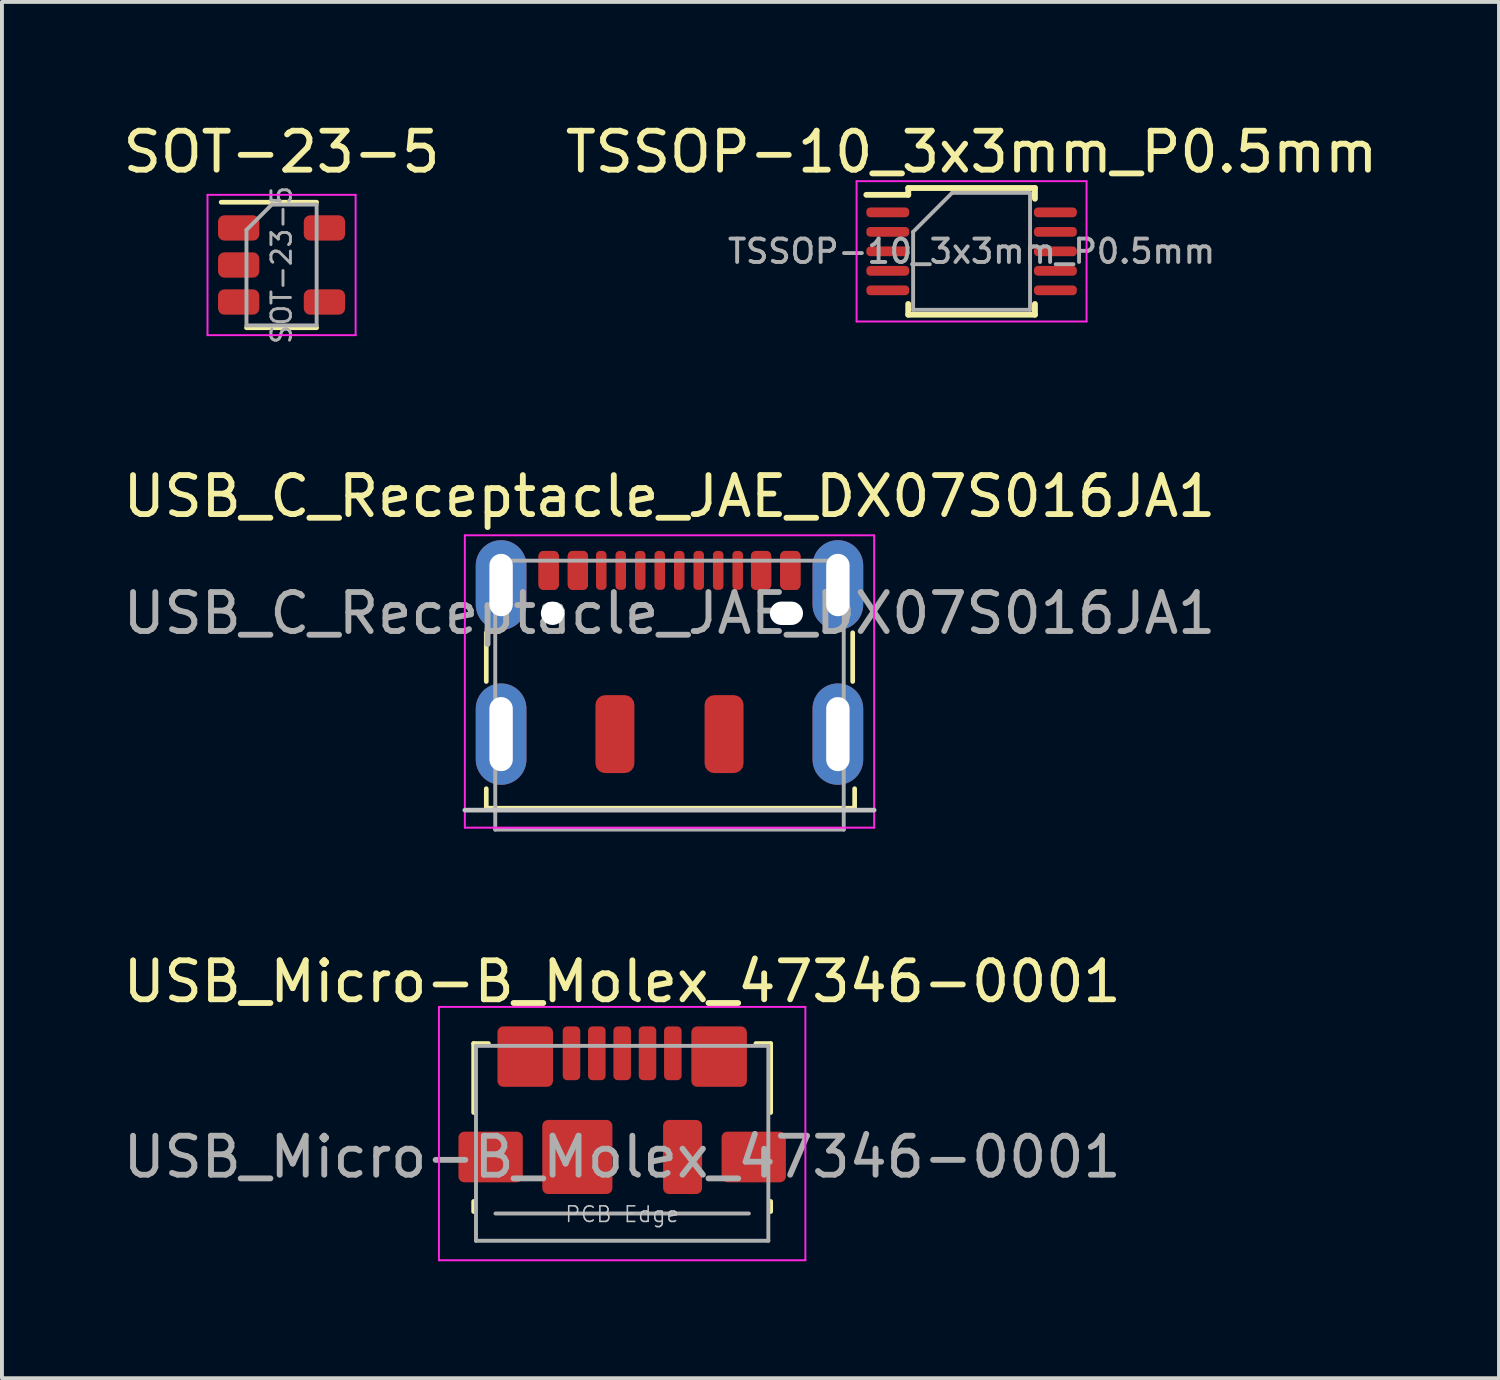
<source format=kicad_pcb>
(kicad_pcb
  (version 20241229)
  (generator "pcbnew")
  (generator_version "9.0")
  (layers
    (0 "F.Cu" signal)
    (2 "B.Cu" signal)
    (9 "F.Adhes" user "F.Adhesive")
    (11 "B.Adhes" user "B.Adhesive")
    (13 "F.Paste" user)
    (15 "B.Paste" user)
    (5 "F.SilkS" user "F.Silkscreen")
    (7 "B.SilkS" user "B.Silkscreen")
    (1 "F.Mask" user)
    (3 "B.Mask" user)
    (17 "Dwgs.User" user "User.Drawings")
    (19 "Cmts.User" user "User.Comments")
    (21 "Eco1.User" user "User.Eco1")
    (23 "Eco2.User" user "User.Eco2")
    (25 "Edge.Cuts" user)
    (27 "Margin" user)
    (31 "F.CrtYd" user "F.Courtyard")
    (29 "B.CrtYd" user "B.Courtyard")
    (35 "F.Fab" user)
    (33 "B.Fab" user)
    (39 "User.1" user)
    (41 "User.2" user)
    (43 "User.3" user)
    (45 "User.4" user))
  (footprint "TSSOP-10_3x3mm_P0.5mm"
    (layer "F.Cu")
    (at 21.875 3.398)
    (property "Reference" "TSSOP-10_3x3mm_P0.5mm" (at 0 -2.55 0) (layer "F.SilkS") (effects (font (size 1 1) (thickness 0.15))))
    (attr smd)
    (fp_line (start -1.625 -1.625) (end -1.625 -1.45) (stroke (width 0.15) (type solid)) (layer "F.SilkS"))
    (fp_line (start -1.625 -1.625) (end 1.625 -1.625) (stroke (width 0.15) (type solid)) (layer "F.SilkS"))
    (fp_line (start -1.625 -1.45) (end -2.7 -1.45) (stroke (width 0.15) (type solid)) (layer "F.SilkS"))
    (fp_line (start -1.625 1.625) (end -1.625 1.35) (stroke (width 0.15) (type solid)) (layer "F.SilkS"))
    (fp_line (start -1.625 1.625) (end 1.625 1.625) (stroke (width 0.15) (type solid)) (layer "F.SilkS"))
    (fp_line (start 1.625 -1.625) (end 1.625 -1.35) (stroke (width 0.15) (type solid)) (layer "F.SilkS"))
    (fp_line (start 1.625 1.625) (end 1.625 1.35) (stroke (width 0.15) (type solid)) (layer "F.SilkS"))
    (fp_line (start -2.95 -1.8) (end -2.95 1.8) (stroke (width 0.05) (type solid)) (layer "F.CrtYd"))
    (fp_line (start -2.95 -1.8) (end 2.95 -1.8) (stroke (width 0.05) (type solid)) (layer "F.CrtYd"))
    (fp_line (start -2.95 1.8) (end 2.95 1.8) (stroke (width 0.05) (type solid)) (layer "F.CrtYd"))
    (fp_line (start 2.95 -1.8) (end 2.95 1.8) (stroke (width 0.05) (type solid)) (layer "F.CrtYd"))
    (fp_line (start -1.5 -0.5) (end -0.5 -1.5) (stroke (width 0.1) (type solid)) (layer "F.Fab"))
    (fp_line (start -1.5 1.5) (end -1.5 -0.5) (stroke (width 0.1) (type solid)) (layer "F.Fab"))
    (fp_line (start -0.5 -1.5) (end 1.5 -1.5) (stroke (width 0.1) (type solid)) (layer "F.Fab"))
    (fp_line (start 1.5 -1.5) (end 1.5 1.5) (stroke (width 0.1) (type solid)) (layer "F.Fab"))
    (fp_line (start 1.5 1.5) (end -1.5 1.5) (stroke (width 0.1) (type solid)) (layer "F.Fab"))
    (fp_text user "${REFERENCE}" (at 0 0 0) (layer "F.Fab") (effects (font (size 0.6 0.6) (thickness 0.1))))
    (pad "1" smd roundrect (at -2.15 -1) (size 1.1 0.25) (layers "F.Cu" "F.Mask" "F.Paste") (roundrect_rratio 0.4))
    (pad "2" smd roundrect (at -2.15 -0.5) (size 1.1 0.25) (layers "F.Cu" "F.Mask" "F.Paste") (roundrect_rratio 0.4))
    (pad "3" smd roundrect (at -2.15 0) (size 1.1 0.25) (layers "F.Cu" "F.Mask" "F.Paste") (roundrect_rratio 0.4))
    (pad "4" smd roundrect (at -2.15 0.5) (size 1.1 0.25) (layers "F.Cu" "F.Mask" "F.Paste") (roundrect_rratio 0.4))
    (pad "5" smd roundrect (at -2.15 1) (size 1.1 0.25) (layers "F.Cu" "F.Mask" "F.Paste") (roundrect_rratio 0.4))
    (pad "6" smd roundrect (at 2.15 1) (size 1.1 0.25) (layers "F.Cu" "F.Mask" "F.Paste") (roundrect_rratio 0.4))
    (pad "7" smd roundrect (at 2.15 0.5) (size 1.1 0.25) (layers "F.Cu" "F.Mask" "F.Paste") (roundrect_rratio 0.4))
    (pad "8" smd roundrect (at 2.15 0) (size 1.1 0.25) (layers "F.Cu" "F.Mask" "F.Paste") (roundrect_rratio 0.4))
    (pad "9" smd roundrect (at 2.15 -0.5) (size 1.1 0.25) (layers "F.Cu" "F.Mask" "F.Paste") (roundrect_rratio 0.4))
    (pad "10" smd roundrect (at 2.15 -1) (size 1.1 0.25) (layers "F.Cu" "F.Mask" "F.Paste") (roundrect_rratio 0.4)))
  (footprint "USB_Micro-B_Molex_47346-0001"
    (layer "F.Cu")
    (at 12.911 25.431)
    (property "Reference" "USB_Micro-B_Molex_47346-0001" (at 0 -3.3 180) (layer "F.SilkS") (effects (font (size 1 1) (thickness 0.15))))
    (attr smd)
    (fp_line (start -3.81 -1.71) (end -3.43 -1.71) (stroke (width 0.12) (type solid)) (layer "F.SilkS"))
    (fp_line (start -3.81 0.06) (end -3.81 -1.71) (stroke (width 0.12) (type solid)) (layer "F.SilkS"))
    (fp_line (start -3.81 2.6) (end -3.81 2.34) (stroke (width 0.12) (type solid)) (layer "F.SilkS"))
    (fp_line (start 3.81 -1.71) (end 3.43 -1.71) (stroke (width 0.12) (type solid)) (layer "F.SilkS"))
    (fp_line (start 3.81 -1.71) (end 3.81 0.06) (stroke (width 0.12) (type solid)) (layer "F.SilkS"))
    (fp_line (start 3.81 2.34) (end 3.81 2.6) (stroke (width 0.12) (type solid)) (layer "F.SilkS"))
    (fp_line (start -4.7 -2.65) (end 4.7 -2.65) (stroke (width 0.05) (type solid)) (layer "F.CrtYd"))
    (fp_line (start -4.7 3.85) (end -4.7 -2.65) (stroke (width 0.05) (type solid)) (layer "F.CrtYd"))
    (fp_line (start 4.7 -2.65) (end 4.7 3.85) (stroke (width 0.05) (type solid)) (layer "F.CrtYd"))
    (fp_line (start 4.7 3.85) (end -4.7 3.85) (stroke (width 0.05) (type solid)) (layer "F.CrtYd"))
    (fp_line (start -3.75 -1.65) (end 3.75 -1.65) (stroke (width 0.1) (type solid)) (layer "F.Fab"))
    (fp_line (start -3.75 3.35) (end -3.75 -1.65) (stroke (width 0.1) (type solid)) (layer "F.Fab"))
    (fp_line (start -3.25 2.65) (end 3.25 2.65) (stroke (width 0.1) (type solid)) (layer "F.Fab"))
    (fp_line (start 3.75 -1.65) (end 3.75 3.35) (stroke (width 0.1) (type solid)) (layer "F.Fab"))
    (fp_line (start 3.75 3.35) (end -3.75 3.35) (stroke (width 0.1) (type solid)) (layer "F.Fab"))
    (fp_text user "PCB Edge" (at 0 2.67 180) (layer "Dwgs.User") (effects (font (size 0.4 0.4) (thickness 0.04))))
    (fp_text user "${REFERENCE}" (at 0 1.2 0) (layer "F.Fab") (effects (font (size 1 1) (thickness 0.15))))
    (pad "1" smd roundrect (at -1.3 -1.46) (size 0.45 1.38) (layers "F.Cu" "F.Mask" "F.Paste") (roundrect_rratio 0.25))
    (pad "2" smd roundrect (at -0.65 -1.46) (size 0.45 1.38) (layers "F.Cu" "F.Mask" "F.Paste") (roundrect_rratio 0.25))
    (pad "3" smd roundrect (at 0 -1.46) (size 0.45 1.38) (layers "F.Cu" "F.Mask" "F.Paste") (roundrect_rratio 0.25))
    (pad "4" smd roundrect (at 0.65 -1.46) (size 0.45 1.38) (layers "F.Cu" "F.Mask" "F.Paste") (roundrect_rratio 0.25))
    (pad "5" smd roundrect (at 1.3 -1.46) (size 0.45 1.38) (layers "F.Cu" "F.Mask" "F.Paste") (roundrect_rratio 0.25))
    (pad "6" smd roundrect (at -3.375 1.2) (size 1.65 1.3) (layers "F.Cu" "F.Mask" "F.Paste") (roundrect_rratio 0.115))
    (pad "6" smd roundrect (at -2.487 -1.375) (size 1.425 1.55) (layers "F.Cu" "F.Mask" "F.Paste") (roundrect_rratio 0.105))
    (pad "6" smd roundrect (at -1.15 1.2) (size 1.8 1.9) (layers "F.Cu" "F.Mask" "F.Paste") (roundrect_rratio 0.083))
    (pad "6" smd roundrect (at 1.55 1.2) (size 1 1.9) (layers "F.Cu" "F.Mask" "F.Paste") (roundrect_rratio 0.15))
    (pad "6" smd roundrect (at 2.487 -1.375) (size 1.425 1.55) (layers "F.Cu" "F.Mask" "F.Paste") (roundrect_rratio 0.105))
    (pad "6" smd roundrect (at 3.375 1.2) (size 1.65 1.3) (layers "F.Cu" "F.Mask" "F.Paste") (roundrect_rratio 0.115)))
  (footprint "SOT-23-5"
    (layer "F.Cu")
    (at 4.173 3.748)
    (property "Reference" "SOT-23-5" (at 0 -2.9 180) (layer "F.SilkS") (effects (font (size 1 1) (thickness 0.15))))
    (attr smd)
    (fp_line (start -0.9 1.61) (end 0.9 1.61) (stroke (width 0.12) (type solid)) (layer "F.SilkS"))
    (fp_line (start 0.9 -1.61) (end -1.55 -1.61) (stroke (width 0.12) (type solid)) (layer "F.SilkS"))
    (fp_line (start -1.9 -1.8) (end 1.9 -1.8) (stroke (width 0.05) (type solid)) (layer "F.CrtYd"))
    (fp_line (start -1.9 1.8) (end -1.9 -1.8) (stroke (width 0.05) (type solid)) (layer "F.CrtYd"))
    (fp_line (start 1.9 -1.8) (end 1.9 1.8) (stroke (width 0.05) (type solid)) (layer "F.CrtYd"))
    (fp_line (start 1.9 1.8) (end -1.9 1.8) (stroke (width 0.05) (type solid)) (layer "F.CrtYd"))
    (fp_line (start -0.9 -0.9) (end -0.9 1.55) (stroke (width 0.1) (type solid)) (layer "F.Fab"))
    (fp_line (start -0.9 -0.9) (end -0.25 -1.55) (stroke (width 0.1) (type solid)) (layer "F.Fab"))
    (fp_line (start 0.9 -1.55) (end -0.25 -1.55) (stroke (width 0.1) (type solid)) (layer "F.Fab"))
    (fp_line (start 0.9 -1.55) (end 0.9 1.55) (stroke (width 0.1) (type solid)) (layer "F.Fab"))
    (fp_line (start 0.9 1.55) (end -0.9 1.55) (stroke (width 0.1) (type solid)) (layer "F.Fab"))
    (fp_text user "${REFERENCE}" (at 0 0 270) (layer "F.Fab") (effects (font (size 0.5 0.5) (thickness 0.075))))
    (pad "1" smd roundrect (at -1.1 -0.95) (size 1.06 0.65) (layers "F.Cu" "F.Mask" "F.Paste") (roundrect_rratio 0.25))
    (pad "2" smd roundrect (at -1.1 0) (size 1.06 0.65) (layers "F.Cu" "F.Mask" "F.Paste") (roundrect_rratio 0.25))
    (pad "3" smd roundrect (at -1.1 0.95) (size 1.06 0.65) (layers "F.Cu" "F.Mask" "F.Paste") (roundrect_rratio 0.25))
    (pad "4" smd roundrect (at 1.1 0.95) (size 1.06 0.65) (layers "F.Cu" "F.Mask" "F.Paste") (roundrect_rratio 0.25))
    (pad "5" smd roundrect (at 1.1 -0.95) (size 1.06 0.65) (layers "F.Cu" "F.Mask" "F.Paste") (roundrect_rratio 0.25)))
  (footprint "USB_C_Receptacle_JAE_DX07S016JA1"
    (layer "F.Cu")
    (at 14.125 12.683)
    (property "Reference" "USB_C_Receptacle_JAE_DX07S016JA1" (at 0 -3 0) (layer "F.SilkS") (effects (font (size 1 1) (thickness 0.15))))
    (attr smd)
    (fp_line (start -4.7 0.5) (end -4.7 1.75) (stroke (width 0.12) (type solid)) (layer "F.SilkS"))
    (fp_line (start -4.7 4.5) (end -4.7 5) (stroke (width 0.12) (type solid)) (layer "F.SilkS"))
    (fp_line (start -4.7 5) (end 4.7 5) (stroke (width 0.12) (type solid)) (layer "F.SilkS"))
    (fp_line (start 4.7 0.5) (end 4.7 1.75) (stroke (width 0.12) (type solid)) (layer "F.SilkS"))
    (fp_line (start 4.75 4.5) (end 4.75 5) (stroke (width 0.12) (type solid)) (layer "F.SilkS"))
    (fp_line (start -5.25 5.05) (end 5.25 5.05) (stroke (width 0.12) (type solid)) (layer "Dwgs.User"))
    (fp_line (start -5.25 -2) (end -5.25 5.5) (stroke (width 0.05) (type solid)) (layer "F.CrtYd"))
    (fp_line (start -5.25 -2) (end 5.25 -2) (stroke (width 0.05) (type solid)) (layer "F.CrtYd"))
    (fp_line (start -5.25 5.5) (end 5.25 5.5) (stroke (width 0.05) (type solid)) (layer "F.CrtYd"))
    (fp_line (start 5.25 -2) (end 5.25 5.5) (stroke (width 0.05) (type solid)) (layer "F.CrtYd"))
    (fp_line (start -4.47 -1.35) (end -4.47 5.55) (stroke (width 0.1) (type solid)) (layer "F.Fab"))
    (fp_line (start -4.47 -1.35) (end 4.47 -1.35) (stroke (width 0.1) (type solid)) (layer "F.Fab"))
    (fp_line (start -4.47 5.55) (end 4.47 5.55) (stroke (width 0.1) (type solid)) (layer "F.Fab"))
    (fp_line (start 4.47 -1.35) (end 4.47 5.55) (stroke (width 0.1) (type solid)) (layer "F.Fab"))
    (fp_text user "${REFERENCE}" (at 0 0 0) (layer "F.Fab") (effects (font (size 1 1) (thickness 0.15))))
    (pad "" np_thru_hole circle (at -3 0) (size 0.6 0.6) (drill 0.6) (layers "*.Cu" "*.Mask"))
    (pad "" np_thru_hole oval (at 3 0) (size 0.85 0.6) (drill oval 0.85 0.6) (layers "*.Cu" "*.Mask"))
    (pad "A1" smd roundrect (at -3.1 -1.1) (size 0.52 1) (layers "F.Cu" "F.Mask" "F.Paste") (roundrect_rratio 0.25))
    (pad "A4" smd roundrect (at -2.35 -1.1) (size 0.52 1) (layers "F.Cu" "F.Mask" "F.Paste") (roundrect_rratio 0.25))
    (pad "A5" smd roundrect (at -1.75 -1.1) (size 0.27 1) (layers "F.Cu" "F.Mask" "F.Paste") (roundrect_rratio 0.37))
    (pad "A6" smd roundrect (at -0.25 -1.1) (size 0.27 1) (layers "F.Cu" "F.Mask" "F.Paste") (roundrect_rratio 0.37))
    (pad "A7" smd roundrect (at 0.75 -1.1) (size 0.27 1) (layers "F.Cu" "F.Mask" "F.Paste") (roundrect_rratio 0.37))
    (pad "A8" smd roundrect (at 1.75 -1.1) (size 0.27 1) (layers "F.Cu" "F.Mask" "F.Paste") (roundrect_rratio 0.37))
    (pad "A9" smd roundrect (at 2.35 -1.1) (size 0.52 1) (layers "F.Cu" "F.Mask" "F.Paste") (roundrect_rratio 0.25))
    (pad "A12" smd roundrect (at 3.1 -1.1) (size 0.52 1) (layers "F.Cu" "F.Mask" "F.Paste") (roundrect_rratio 0.25))
    (pad "B1" smd roundrect (at 3.1 -1.1) (size 0.52 1) (layers "F.Cu" "F.Mask" "F.Paste") (roundrect_rratio 0.25))
    (pad "B4" smd roundrect (at 2.35 -1.1) (size 0.52 1) (layers "F.Cu" "F.Mask" "F.Paste") (roundrect_rratio 0.25))
    (pad "B5" smd roundrect (at 1.25 -1.1) (size 0.27 1) (layers "F.Cu" "F.Mask" "F.Paste") (roundrect_rratio 0.37))
    (pad "B6" smd roundrect (at 0.25 -1.1) (size 0.27 1) (layers "F.Cu" "F.Mask" "F.Paste") (roundrect_rratio 0.37))
    (pad "B7" smd roundrect (at -0.75 -1.1) (size 0.27 1) (layers "F.Cu" "F.Mask" "F.Paste") (roundrect_rratio 0.37))
    (pad "B8" smd roundrect (at -1.25 -1.1) (size 0.27 1) (layers "F.Cu" "F.Mask" "F.Paste") (roundrect_rratio 0.37))
    (pad "B9" smd roundrect (at -2.35 -1.1) (size 0.52 1) (layers "F.Cu" "F.Mask" "F.Paste") (roundrect_rratio 0.25))
    (pad "B12" smd roundrect (at -3.1 -1.1) (size 0.52 1) (layers "F.Cu" "F.Mask" "F.Paste") (roundrect_rratio 0.25))
    (pad "S1" thru_hole oval (at -4.32 -0.725) (size 1.3 2.3) (drill oval 0.6 1.6) (layers "*.Cu" "*.Mask"))
    (pad "S1" thru_hole oval (at -4.32 3.1) (size 1.3 2.6) (drill oval 0.6 1.9) (layers "*.Cu" "*.Mask"))
    (pad "S1" smd roundrect (at -1.4 3.1) (size 1 2) (layers "F.Cu" "F.Mask" "F.Paste") (roundrect_rratio 0.25))
    (pad "S1" smd roundrect (at 1.4 3.1) (size 1 2) (layers "F.Cu" "F.Mask" "F.Paste") (roundrect_rratio 0.25))
    (pad "S1" thru_hole oval (at 4.32 -0.725) (size 1.3 2.3) (drill oval 0.6 1.6) (layers "*.Cu" "*.Mask"))
    (pad "S1" thru_hole oval (at 4.32 3.1) (size 1.3 2.6) (drill oval 0.6 1.9) (layers "*.Cu" "*.Mask")))
  (gr_rect
    (start -3 -3)
    (end 35.405 32.306)
    (stroke (width 0.1) (type default))
    (fill no)
    (layer "Edge.Cuts")))
</source>
